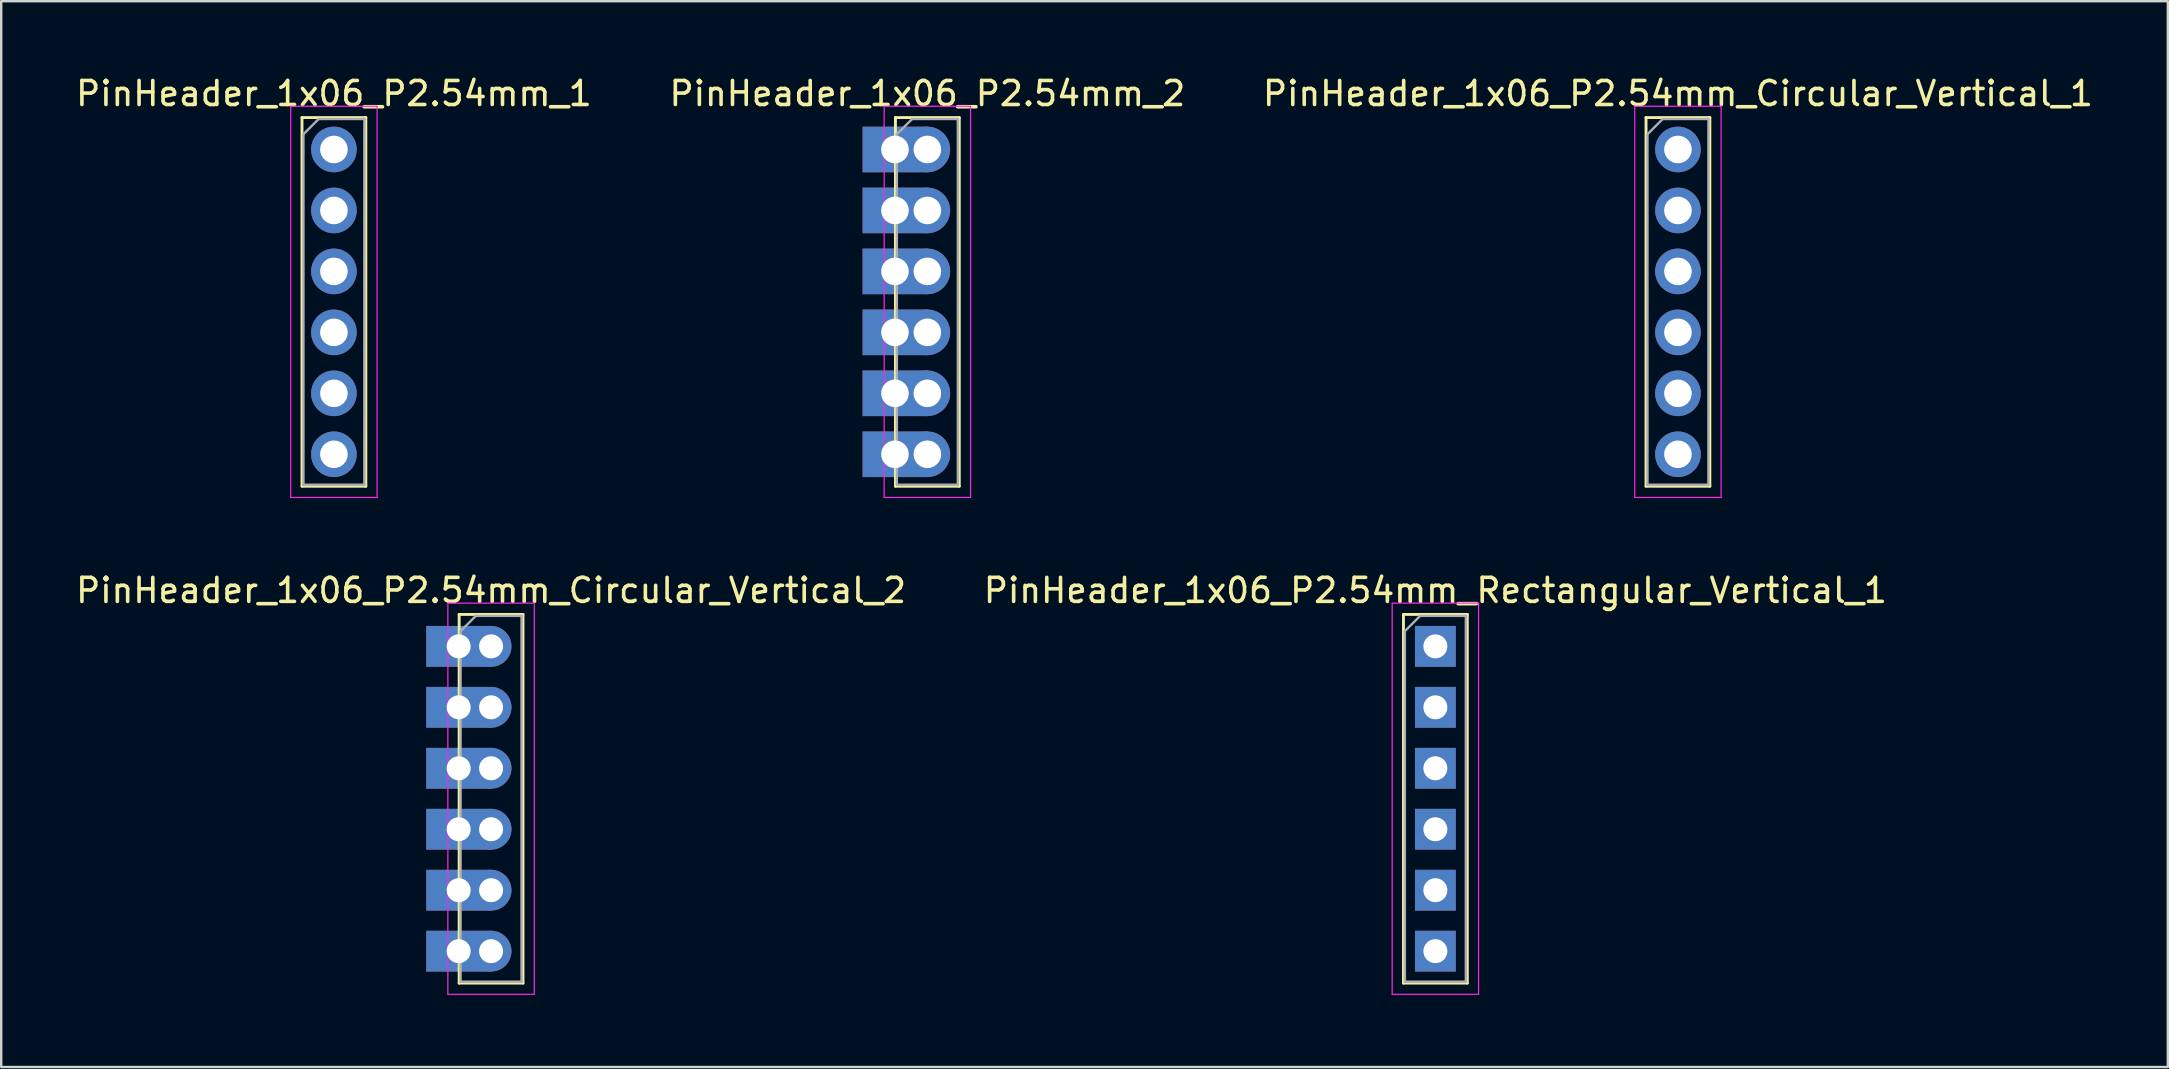
<source format=kicad_pcb>
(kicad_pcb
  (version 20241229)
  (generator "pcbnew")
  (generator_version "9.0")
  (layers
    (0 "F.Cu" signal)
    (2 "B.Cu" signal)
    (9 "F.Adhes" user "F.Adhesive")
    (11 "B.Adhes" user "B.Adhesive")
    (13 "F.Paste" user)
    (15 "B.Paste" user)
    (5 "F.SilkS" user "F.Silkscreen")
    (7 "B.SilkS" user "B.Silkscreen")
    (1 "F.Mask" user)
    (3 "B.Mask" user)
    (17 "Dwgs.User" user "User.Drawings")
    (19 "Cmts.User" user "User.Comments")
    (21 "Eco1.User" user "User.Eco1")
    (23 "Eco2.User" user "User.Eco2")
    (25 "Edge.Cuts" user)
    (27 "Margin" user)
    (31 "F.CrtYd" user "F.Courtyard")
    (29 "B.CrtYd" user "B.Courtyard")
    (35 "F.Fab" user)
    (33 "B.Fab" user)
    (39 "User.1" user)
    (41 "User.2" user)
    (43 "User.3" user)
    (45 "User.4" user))
  (footprint "PinHeader_1x06_P2.54mm_Circular_Vertical_1"
    (layer "F.Cu")
    (at 66.863 3.178)
    (property "Reference" "PinHeader_1x06_P2.54mm_Circular_Vertical_1" (at 0 -2.33 0) (layer "F.SilkS") (effects (font (size 1 1) (thickness 0.15))))
    (attr through_hole)
    (fp_line (start -1.33 -1.33) (end -1.33 14.03) (stroke (width 0.12) (type solid)) (layer "F.SilkS"))
    (fp_line (start -1.33 -1.33) (end 1.33 -1.33) (stroke (width 0.12) (type solid)) (layer "F.SilkS"))
    (fp_line (start -1.33 14.03) (end 1.33 14.03) (stroke (width 0.12) (type solid)) (layer "F.SilkS"))
    (fp_line (start 1.33 -1.33) (end 1.33 14.03) (stroke (width 0.12) (type solid)) (layer "F.SilkS"))
    (fp_line (start -1.8 -1.8) (end -1.8 14.5) (stroke (width 0.05) (type solid)) (layer "F.CrtYd"))
    (fp_line (start -1.8 14.5) (end 1.8 14.5) (stroke (width 0.05) (type solid)) (layer "F.CrtYd"))
    (fp_line (start 1.8 -1.8) (end -1.8 -1.8) (stroke (width 0.05) (type solid)) (layer "F.CrtYd"))
    (fp_line (start 1.8 14.5) (end 1.8 -1.8) (stroke (width 0.05) (type solid)) (layer "F.CrtYd"))
    (fp_line (start -1.27 -0.635) (end -0.635 -1.27) (stroke (width 0.1) (type solid)) (layer "F.Fab"))
    (fp_line (start -1.27 13.97) (end -1.27 -0.635) (stroke (width 0.1) (type solid)) (layer "F.Fab"))
    (fp_line (start -0.635 -1.27) (end 1.27 -1.27) (stroke (width 0.1) (type solid)) (layer "F.Fab"))
    (fp_line (start 1.27 -1.27) (end 1.27 13.97) (stroke (width 0.1) (type solid)) (layer "F.Fab"))
    (fp_line (start 1.27 13.97) (end -1.27 13.97) (stroke (width 0.1) (type solid)) (layer "F.Fab"))
    (pad "1" thru_hole circle (at 0 0) (size 1.9 1.9) (drill 1.15) (layers "*.Cu" "*.Mask"))
    (pad "2" thru_hole circle (at 0 2.54) (size 1.9 1.9) (drill 1.15) (layers "*.Cu" "*.Mask"))
    (pad "3" thru_hole circle (at 0 5.08) (size 1.9 1.9) (drill 1.15) (layers "*.Cu" "*.Mask"))
    (pad "4" thru_hole circle (at 0 7.62) (size 1.9 1.9) (drill 1.15) (layers "*.Cu" "*.Mask"))
    (pad "5" thru_hole circle (at 0 10.16) (size 1.9 1.9) (drill 1.15) (layers "*.Cu" "*.Mask"))
    (pad "6" thru_hole circle (at 0 12.7) (size 1.9 1.9) (drill 1.15) (layers "*.Cu" "*.Mask")))
  (footprint "PinHeader_1x06_P2.54mm_Circular_Vertical_2"
    (layer "F.Cu")
    (at 17.411 23.881)
    (property "Reference" "PinHeader_1x06_P2.54mm_Circular_Vertical_2" (at 0 -2.33 0) (layer "F.SilkS") (effects (font (size 1 1) (thickness 0.15))))
    (attr through_hole)
    (fp_line (start -1.33 -1.33) (end -1.33 14.03) (stroke (width 0.12) (type solid)) (layer "F.SilkS"))
    (fp_line (start -1.33 -1.33) (end 1.33 -1.33) (stroke (width 0.12) (type solid)) (layer "F.SilkS"))
    (fp_line (start -1.33 14.03) (end 1.33 14.03) (stroke (width 0.12) (type solid)) (layer "F.SilkS"))
    (fp_line (start 1.33 -1.33) (end 1.33 14.03) (stroke (width 0.12) (type solid)) (layer "F.SilkS"))
    (fp_line (start -1.8 -1.8) (end -1.8 14.5) (stroke (width 0.05) (type solid)) (layer "F.CrtYd"))
    (fp_line (start -1.8 14.5) (end 1.8 14.5) (stroke (width 0.05) (type solid)) (layer "F.CrtYd"))
    (fp_line (start 1.8 -1.8) (end -1.8 -1.8) (stroke (width 0.05) (type solid)) (layer "F.CrtYd"))
    (fp_line (start 1.8 14.5) (end 1.8 -1.8) (stroke (width 0.05) (type solid)) (layer "F.CrtYd"))
    (fp_line (start -1.27 -0.635) (end -0.635 -1.27) (stroke (width 0.1) (type solid)) (layer "F.Fab"))
    (fp_line (start -1.27 13.97) (end -1.27 -0.635) (stroke (width 0.1) (type solid)) (layer "F.Fab"))
    (fp_line (start -0.635 -1.27) (end 1.27 -1.27) (stroke (width 0.1) (type solid)) (layer "F.Fab"))
    (fp_line (start 1.27 -1.27) (end 1.27 13.97) (stroke (width 0.1) (type solid)) (layer "F.Fab"))
    (fp_line (start 1.27 13.97) (end -1.27 13.97) (stroke (width 0.1) (type solid)) (layer "F.Fab"))
    (pad "1" thru_hole rect (at -1.35 0) (size 2.7 1.7) (drill 1) (layers "*.Cu" "*.Mask"))
    (pad "1" thru_hole circle (at 0 0) (size 1.7 1.7) (drill 1) (layers "*.Cu" "*.Mask"))
    (pad "2" thru_hole rect (at -1.35 2.54) (size 2.7 1.7) (drill 1) (layers "*.Cu" "*.Mask"))
    (pad "2" thru_hole circle (at 0 2.54) (size 1.7 1.7) (drill 1) (layers "*.Cu" "*.Mask"))
    (pad "3" thru_hole rect (at -1.35 5.08) (size 2.7 1.7) (drill 1) (layers "*.Cu" "*.Mask"))
    (pad "3" thru_hole circle (at 0 5.08) (size 1.7 1.7) (drill 1) (layers "*.Cu" "*.Mask"))
    (pad "4" thru_hole rect (at -1.35 7.62) (size 2.7 1.7) (drill 1) (layers "*.Cu" "*.Mask"))
    (pad "4" thru_hole circle (at 0 7.62) (size 1.7 1.7) (drill 1) (layers "*.Cu" "*.Mask"))
    (pad "5" thru_hole rect (at -1.35 10.16) (size 2.7 1.7) (drill 1) (layers "*.Cu" "*.Mask"))
    (pad "5" thru_hole circle (at 0 10.16) (size 1.7 1.7) (drill 1) (layers "*.Cu" "*.Mask"))
    (pad "6" thru_hole rect (at -1.35 12.7) (size 2.7 1.7) (drill 1) (layers "*.Cu" "*.Mask"))
    (pad "6" thru_hole circle (at 0 12.7) (size 1.7 1.7) (drill 1) (layers "*.Cu" "*.Mask")))
  (footprint "PinHeader_1x06_P2.54mm_2"
    (layer "F.Cu")
    (at 35.589 3.178)
    (property "Reference" "PinHeader_1x06_P2.54mm_2" (at 0 -2.33 0) (layer "F.SilkS") (effects (font (size 1 1) (thickness 0.15))))
    (attr through_hole)
    (fp_line (start -1.33 -1.33) (end -1.33 14.03) (stroke (width 0.12) (type solid)) (layer "F.SilkS"))
    (fp_line (start -1.33 -1.33) (end 1.33 -1.33) (stroke (width 0.12) (type solid)) (layer "F.SilkS"))
    (fp_line (start -1.33 14.03) (end 1.33 14.03) (stroke (width 0.12) (type solid)) (layer "F.SilkS"))
    (fp_line (start 1.33 -1.33) (end 1.33 14.03) (stroke (width 0.12) (type solid)) (layer "F.SilkS"))
    (fp_line (start -1.8 -1.8) (end -1.8 14.5) (stroke (width 0.05) (type solid)) (layer "F.CrtYd"))
    (fp_line (start -1.8 14.5) (end 1.8 14.5) (stroke (width 0.05) (type solid)) (layer "F.CrtYd"))
    (fp_line (start 1.8 -1.8) (end -1.8 -1.8) (stroke (width 0.05) (type solid)) (layer "F.CrtYd"))
    (fp_line (start 1.8 14.5) (end 1.8 -1.8) (stroke (width 0.05) (type solid)) (layer "F.CrtYd"))
    (fp_line (start -1.27 -0.635) (end -0.635 -1.27) (stroke (width 0.1) (type solid)) (layer "F.Fab"))
    (fp_line (start -1.27 13.97) (end -1.27 -0.635) (stroke (width 0.1) (type solid)) (layer "F.Fab"))
    (fp_line (start -0.635 -1.27) (end 1.27 -1.27) (stroke (width 0.1) (type solid)) (layer "F.Fab"))
    (fp_line (start 1.27 -1.27) (end 1.27 13.97) (stroke (width 0.1) (type solid)) (layer "F.Fab"))
    (fp_line (start 1.27 13.97) (end -1.27 13.97) (stroke (width 0.1) (type solid)) (layer "F.Fab"))
    (pad "1" thru_hole rect (at -1.35 0) (size 2.7 1.9) (drill 1.15) (layers "*.Cu" "*.Mask"))
    (pad "1" thru_hole circle (at 0 0) (size 1.9 1.9) (drill 1.15) (layers "*.Cu" "*.Mask"))
    (pad "2" thru_hole rect (at -1.35 2.54) (size 2.7 1.9) (drill 1.15) (layers "*.Cu" "*.Mask"))
    (pad "2" thru_hole circle (at 0 2.54) (size 1.9 1.9) (drill 1.15) (layers "*.Cu" "*.Mask"))
    (pad "3" thru_hole rect (at -1.35 5.08) (size 2.7 1.9) (drill 1.15) (layers "*.Cu" "*.Mask"))
    (pad "3" thru_hole circle (at 0 5.08) (size 1.9 1.9) (drill 1.15) (layers "*.Cu" "*.Mask"))
    (pad "4" thru_hole rect (at -1.35 7.62) (size 2.7 1.9) (drill 1.15) (layers "*.Cu" "*.Mask"))
    (pad "4" thru_hole circle (at 0 7.62) (size 1.9 1.9) (drill 1.15) (layers "*.Cu" "*.Mask"))
    (pad "5" thru_hole rect (at -1.35 10.16) (size 2.7 1.9) (drill 1.15) (layers "*.Cu" "*.Mask"))
    (pad "5" thru_hole circle (at 0 10.16) (size 1.9 1.9) (drill 1.15) (layers "*.Cu" "*.Mask"))
    (pad "6" thru_hole rect (at -1.35 12.7) (size 2.7 1.9) (drill 1.15) (layers "*.Cu" "*.Mask"))
    (pad "6" thru_hole circle (at 0 12.7) (size 1.9 1.9) (drill 1.15) (layers "*.Cu" "*.Mask")))
  (footprint "PinHeader_1x06_P2.54mm_Rectangular_Vertical_1"
    (layer "F.Cu")
    (at 56.756 23.881)
    (property "Reference" "PinHeader_1x06_P2.54mm_Rectangular_Vertical_1" (at 0 -2.33 0) (layer "F.SilkS") (effects (font (size 1 1) (thickness 0.15))))
    (attr through_hole)
    (fp_line (start -1.33 -1.33) (end -1.33 14.03) (stroke (width 0.12) (type solid)) (layer "F.SilkS"))
    (fp_line (start -1.33 -1.33) (end 1.33 -1.33) (stroke (width 0.12) (type solid)) (layer "F.SilkS"))
    (fp_line (start -1.33 14.03) (end 1.33 14.03) (stroke (width 0.12) (type solid)) (layer "F.SilkS"))
    (fp_line (start 1.33 -1.33) (end 1.33 14.03) (stroke (width 0.12) (type solid)) (layer "F.SilkS"))
    (fp_line (start -1.8 -1.8) (end -1.8 14.5) (stroke (width 0.05) (type solid)) (layer "F.CrtYd"))
    (fp_line (start -1.8 14.5) (end 1.8 14.5) (stroke (width 0.05) (type solid)) (layer "F.CrtYd"))
    (fp_line (start 1.8 -1.8) (end -1.8 -1.8) (stroke (width 0.05) (type solid)) (layer "F.CrtYd"))
    (fp_line (start 1.8 14.5) (end 1.8 -1.8) (stroke (width 0.05) (type solid)) (layer "F.CrtYd"))
    (fp_line (start -1.27 -0.635) (end -0.635 -1.27) (stroke (width 0.1) (type solid)) (layer "F.Fab"))
    (fp_line (start -1.27 13.97) (end -1.27 -0.635) (stroke (width 0.1) (type solid)) (layer "F.Fab"))
    (fp_line (start -0.635 -1.27) (end 1.27 -1.27) (stroke (width 0.1) (type solid)) (layer "F.Fab"))
    (fp_line (start 1.27 -1.27) (end 1.27 13.97) (stroke (width 0.1) (type solid)) (layer "F.Fab"))
    (fp_line (start 1.27 13.97) (end -1.27 13.97) (stroke (width 0.1) (type solid)) (layer "F.Fab"))
    (pad "1" thru_hole rect (at 0 0) (size 1.7 1.7) (drill 1) (layers "*.Cu" "*.Mask"))
    (pad "2" thru_hole rect (at 0 2.54) (size 1.7 1.7) (drill 1) (layers "*.Cu" "*.Mask"))
    (pad "3" thru_hole rect (at 0 5.08) (size 1.7 1.7) (drill 1) (layers "*.Cu" "*.Mask"))
    (pad "4" thru_hole rect (at 0 7.62) (size 1.7 1.7) (drill 1) (layers "*.Cu" "*.Mask"))
    (pad "5" thru_hole rect (at 0 10.16) (size 1.7 1.7) (drill 1) (layers "*.Cu" "*.Mask"))
    (pad "6" thru_hole rect (at 0 12.7) (size 1.7 1.7) (drill 1) (layers "*.Cu" "*.Mask")))
  (footprint "PinHeader_1x06_P2.54mm_1"
    (layer "F.Cu")
    (at 10.863 3.178)
    (property "Reference" "PinHeader_1x06_P2.54mm_1" (at 0 -2.33 0) (layer "F.SilkS") (effects (font (size 1 1) (thickness 0.15))))
    (attr through_hole)
    (fp_line (start -1.33 -1.33) (end -1.33 14.03) (stroke (width 0.12) (type solid)) (layer "F.SilkS"))
    (fp_line (start -1.33 -1.33) (end 1.33 -1.33) (stroke (width 0.12) (type solid)) (layer "F.SilkS"))
    (fp_line (start -1.33 14.03) (end 1.33 14.03) (stroke (width 0.12) (type solid)) (layer "F.SilkS"))
    (fp_line (start 1.33 -1.33) (end 1.33 14.03) (stroke (width 0.12) (type solid)) (layer "F.SilkS"))
    (fp_line (start -1.8 -1.8) (end -1.8 14.5) (stroke (width 0.05) (type solid)) (layer "F.CrtYd"))
    (fp_line (start -1.8 14.5) (end 1.8 14.5) (stroke (width 0.05) (type solid)) (layer "F.CrtYd"))
    (fp_line (start 1.8 -1.8) (end -1.8 -1.8) (stroke (width 0.05) (type solid)) (layer "F.CrtYd"))
    (fp_line (start 1.8 14.5) (end 1.8 -1.8) (stroke (width 0.05) (type solid)) (layer "F.CrtYd"))
    (fp_line (start -1.27 -0.635) (end -0.635 -1.27) (stroke (width 0.1) (type solid)) (layer "F.Fab"))
    (fp_line (start -1.27 13.97) (end -1.27 -0.635) (stroke (width 0.1) (type solid)) (layer "F.Fab"))
    (fp_line (start -0.635 -1.27) (end 1.27 -1.27) (stroke (width 0.1) (type solid)) (layer "F.Fab"))
    (fp_line (start 1.27 -1.27) (end 1.27 13.97) (stroke (width 0.1) (type solid)) (layer "F.Fab"))
    (fp_line (start 1.27 13.97) (end -1.27 13.97) (stroke (width 0.1) (type solid)) (layer "F.Fab"))
    (pad "1" thru_hole circle (at 0 0) (size 1.9 1.9) (drill 1.15) (layers "*.Cu" "*.Mask"))
    (pad "2" thru_hole circle (at 0 2.54) (size 1.9 1.9) (drill 1.15) (layers "*.Cu" "*.Mask"))
    (pad "3" thru_hole circle (at 0 5.08) (size 1.9 1.9) (drill 1.15) (layers "*.Cu" "*.Mask"))
    (pad "4" thru_hole circle (at 0 7.62) (size 1.9 1.9) (drill 1.15) (layers "*.Cu" "*.Mask"))
    (pad "5" thru_hole circle (at 0 10.16) (size 1.9 1.9) (drill 1.15) (layers "*.Cu" "*.Mask"))
    (pad "6" thru_hole circle (at 0 12.7) (size 1.9 1.9) (drill 1.15) (layers "*.Cu" "*.Mask")))
  (gr_rect
    (start -3 -3)
    (end 87.274 41.407)
    (stroke (width 0.1) (type default))
    (fill no)
    (layer "Edge.Cuts")))
</source>
